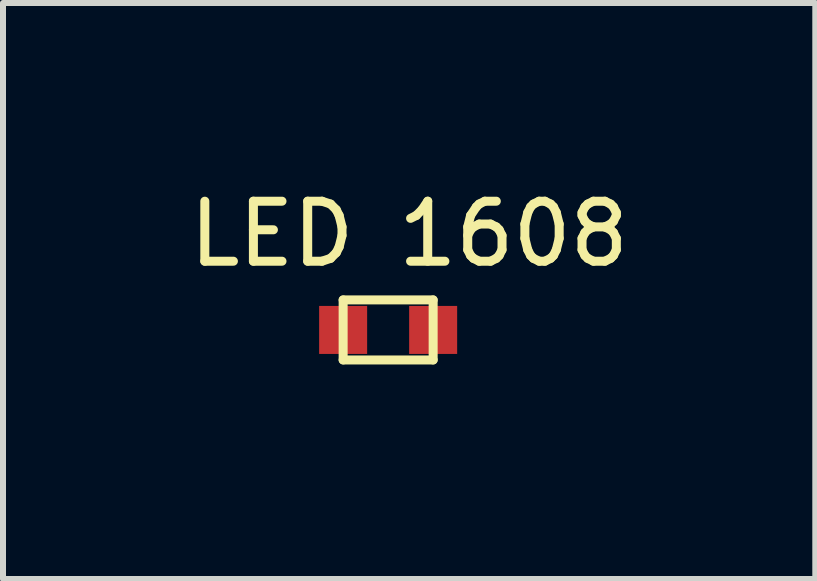
<source format=kicad_pcb>
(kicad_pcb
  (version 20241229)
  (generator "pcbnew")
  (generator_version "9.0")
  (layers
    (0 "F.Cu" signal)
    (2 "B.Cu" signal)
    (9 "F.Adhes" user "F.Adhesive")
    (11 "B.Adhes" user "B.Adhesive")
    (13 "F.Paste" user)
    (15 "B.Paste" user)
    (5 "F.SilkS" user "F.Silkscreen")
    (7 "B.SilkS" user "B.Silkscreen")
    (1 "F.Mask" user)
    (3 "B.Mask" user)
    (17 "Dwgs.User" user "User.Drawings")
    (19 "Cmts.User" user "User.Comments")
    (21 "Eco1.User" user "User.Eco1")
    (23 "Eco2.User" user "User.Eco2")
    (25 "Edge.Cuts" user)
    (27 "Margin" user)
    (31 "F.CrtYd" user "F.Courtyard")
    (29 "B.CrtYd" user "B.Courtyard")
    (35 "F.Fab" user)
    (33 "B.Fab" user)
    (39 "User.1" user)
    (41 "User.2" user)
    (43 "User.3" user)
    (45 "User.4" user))
  (footprint "LED 1608"
    (layer "F.Cu")
    (at 1.968 3.348)
    (property "Reference" "LED 1608" (at 1.8 -2.5 0) (layer "F.SilkS") (effects (font (size 1 1) (thickness 0.15))))
    (attr through_hole)
    (fp_line (start 0.7 -1.4) (end 2.2 -1.4) (stroke (width 0.15) (type solid)) (layer "F.SilkS"))
    (fp_line (start 0.7 -0.4) (end 0.7 -1.4) (stroke (width 0.15) (type solid)) (layer "F.SilkS"))
    (fp_line (start 2.2 -1.4) (end 2.2 -0.4) (stroke (width 0.15) (type solid)) (layer "F.SilkS"))
    (fp_line (start 2.2 -0.4) (end 0.7 -0.4) (stroke (width 0.15) (type solid)) (layer "F.SilkS"))
    (pad "1" smd rect (at 0.7 -0.9) (size 0.8 0.8) (layers "F.Cu" "F.Mask" "F.Paste"))
    (pad "2" smd rect (at 2.2 -0.9) (size 0.8 0.8) (layers "F.Cu" "F.Mask" "F.Paste")))
  (gr_rect
    (start -3 -3)
    (end 10.536 6.598)
    (stroke (width 0.1) (type default))
    (fill no)
    (layer "Edge.Cuts")))
</source>
